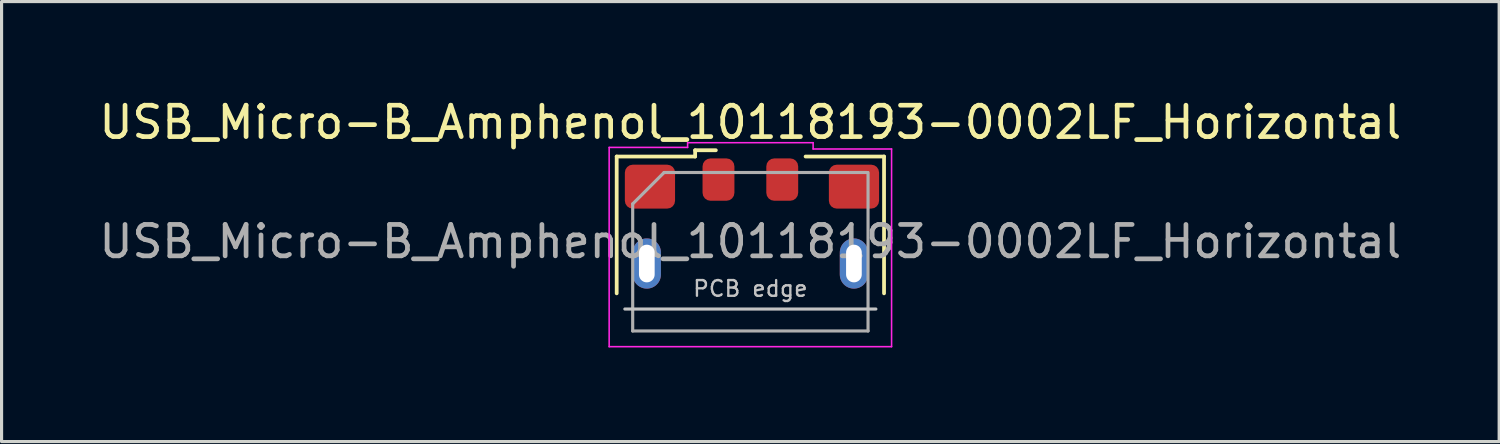
<source format=kicad_pcb>
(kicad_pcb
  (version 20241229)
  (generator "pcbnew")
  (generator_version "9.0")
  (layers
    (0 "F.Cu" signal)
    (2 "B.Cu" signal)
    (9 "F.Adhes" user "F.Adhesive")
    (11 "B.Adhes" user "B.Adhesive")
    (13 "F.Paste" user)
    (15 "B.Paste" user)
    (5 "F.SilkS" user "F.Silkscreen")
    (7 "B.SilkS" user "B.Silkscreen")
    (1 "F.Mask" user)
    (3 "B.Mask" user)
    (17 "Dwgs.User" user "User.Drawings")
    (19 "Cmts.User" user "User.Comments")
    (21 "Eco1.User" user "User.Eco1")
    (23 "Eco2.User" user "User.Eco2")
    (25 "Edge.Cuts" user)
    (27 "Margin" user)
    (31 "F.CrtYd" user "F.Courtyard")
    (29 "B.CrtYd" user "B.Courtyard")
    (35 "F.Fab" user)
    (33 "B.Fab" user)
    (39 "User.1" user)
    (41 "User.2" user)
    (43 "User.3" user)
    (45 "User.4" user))
  (footprint "USB_Micro-B_Amphenol_10118193-0002LF_Horizontal"
    (layer "F.Cu")
    (at 20.863 5.348)
    (property "Reference" "USB_Micro-B_Amphenol_10118193-0002LF_Horizontal" (at 0 -4.5 0) (layer "F.SilkS") (effects (font (size 1 1) (thickness 0.15))))
    (attr smd)
    (fp_line (start -4.26 -3.41) (end -4.26 0.95) (stroke (width 0.12) (type solid)) (layer "F.SilkS"))
    (fp_line (start -4.26 -3.41) (end -1.76 -3.41) (stroke (width 0.12) (type default)) (layer "F.SilkS"))
    (fp_line (start -1.76 -3.41) (end -1.76 -3.61) (stroke (width 0.12) (type default)) (layer "F.SilkS"))
    (fp_line (start -1.1 -3.61) (end -1.76 -3.61) (stroke (width 0.12) (type default)) (layer "F.SilkS"))
    (fp_line (start 1.76 -3.41) (end 4.26 -3.41) (stroke (width 0.12) (type default)) (layer "F.SilkS"))
    (fp_line (start 4.26 -3.41) (end 4.26 0.95) (stroke (width 0.12) (type solid)) (layer "F.SilkS"))
    (fp_line (start -4 1.45) (end 4 1.45) (stroke (width 0.1) (type solid)) (layer "Dwgs.User"))
    (fp_line (start -4.5 -3.7) (end -4.5 2.65) (stroke (width 0.05) (type solid)) (layer "F.CrtYd"))
    (fp_line (start -4.5 -3.7) (end -2 -3.7) (stroke (width 0.05) (type default)) (layer "F.CrtYd"))
    (fp_line (start -2 -3.85) (end 2 -3.85) (stroke (width 0.05) (type solid)) (layer "F.CrtYd"))
    (fp_line (start -2 -3.7) (end -2 -3.85) (stroke (width 0.05) (type default)) (layer "F.CrtYd"))
    (fp_line (start 2 -3.65) (end 2 -3.85) (stroke (width 0.05) (type default)) (layer "F.CrtYd"))
    (fp_line (start 4.5 -3.65) (end 2 -3.65) (stroke (width 0.05) (type default)) (layer "F.CrtYd"))
    (fp_line (start 4.5 2.65) (end -4.5 2.65) (stroke (width 0.05) (type solid)) (layer "F.CrtYd"))
    (fp_line (start 4.5 2.65) (end 4.5 -3.65) (stroke (width 0.05) (type solid)) (layer "F.CrtYd"))
    (fp_line (start -3.75 -1.9) (end -3.75 2.15) (stroke (width 0.1) (type solid)) (layer "F.Fab"))
    (fp_line (start -3.75 -1.9) (end -2.75 -2.9) (stroke (width 0.1) (type default)) (layer "F.Fab"))
    (fp_line (start -3.75 2.15) (end 3.75 2.15) (stroke (width 0.1) (type solid)) (layer "F.Fab"))
    (fp_line (start 3.73 -2.9) (end -2.75 -2.9) (stroke (width 0.1) (type solid)) (layer "F.Fab"))
    (fp_line (start 3.75 2.15) (end 3.75 -2.9) (stroke (width 0.1) (type solid)) (layer "F.Fab"))
    (fp_text user "PCB edge" (at 0 0.8 0) (layer "Dwgs.User") (effects (font (size 0.5 0.5) (thickness 0.075))))
    (fp_text user "${REFERENCE}" (at 0 -0.7 0) (layer "F.Fab") (effects (font (size 1 1) (thickness 0.15))))
    (pad "1" smd roundrect (at -1.016 -2.675) (size 1.016 1.35) (layers "F.Cu" "F.Mask" "F.Paste") (roundrect_rratio 0.25))
    (pad "5" smd roundrect (at 1.016 -2.675) (size 1.016 1.35) (layers "F.Cu" "F.Mask" "F.Paste") (roundrect_rratio 0.25))
    (pad "6" thru_hole oval (at -3.3 0 90) (size 1.6 0.9) (drill oval 1.2 0.5) (layers "*.Cu" "*.Mask" "F.Paste"))
    (pad "6" smd roundrect (at -3.2 -2.45) (size 1.6 1.4) (layers "F.Cu" "F.Mask" "F.Paste") (roundrect_rratio 0.179))
    (pad "6" thru_hole oval (at 3.3 0 90) (size 1.6 0.9) (drill oval 1.2 0.5) (layers "*.Cu" "*.Mask" "F.Paste"))
    (pad "6" smd roundrect (at 3.302 -2.45) (size 1.6 1.4) (layers "F.Cu" "F.Mask" "F.Paste") (roundrect_rratio 0.179)))
  (gr_rect
    (start -3 -3)
    (end 44.726 11.023)
    (stroke (width 0.1) (type default))
    (fill no)
    (layer "Edge.Cuts")))
</source>
